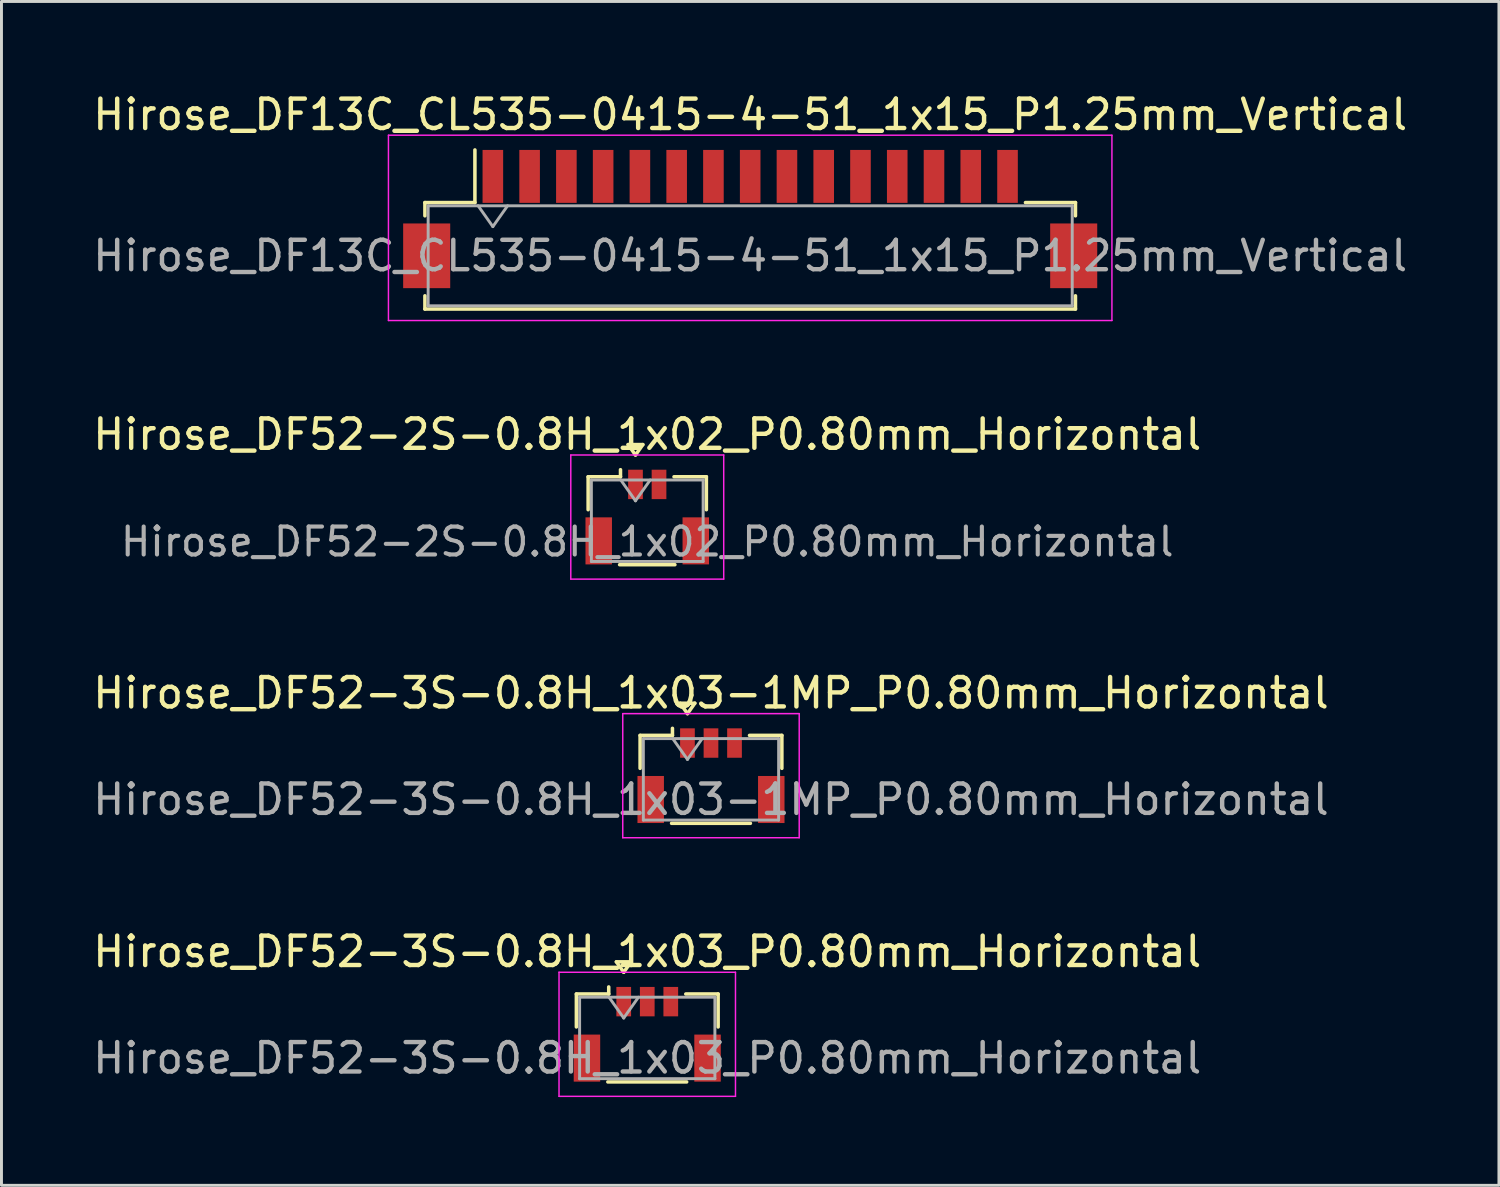
<source format=kicad_pcb>
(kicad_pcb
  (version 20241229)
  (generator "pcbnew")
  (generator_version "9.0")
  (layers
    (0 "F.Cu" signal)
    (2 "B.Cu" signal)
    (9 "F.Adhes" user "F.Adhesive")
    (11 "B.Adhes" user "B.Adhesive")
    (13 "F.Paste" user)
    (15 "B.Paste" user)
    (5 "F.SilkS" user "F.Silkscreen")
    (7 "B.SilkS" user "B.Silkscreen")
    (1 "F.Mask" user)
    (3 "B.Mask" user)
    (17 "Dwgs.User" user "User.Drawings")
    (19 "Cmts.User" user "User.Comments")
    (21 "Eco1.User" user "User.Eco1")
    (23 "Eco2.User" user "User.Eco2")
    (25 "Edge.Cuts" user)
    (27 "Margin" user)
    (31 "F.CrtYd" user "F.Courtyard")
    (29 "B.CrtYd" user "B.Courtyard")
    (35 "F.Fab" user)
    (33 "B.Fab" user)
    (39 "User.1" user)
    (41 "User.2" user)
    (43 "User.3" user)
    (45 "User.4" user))
  (footprint "Hirose_DF52-3S-0.8H_1x03_P0.80mm_Horizontal"
    (layer "F.Cu")
    (at 18.958 32.118)
    (property "Reference" "Hirose_DF52-3S-0.8H_1x03_P0.80mm_Horizontal" (at 0 -2.81 0) (layer "F.SilkS") (effects (font (size 1 1) (thickness 0.15))))
    (attr smd)
    (fp_line (start -2.41 -1.37) (end -1.31 -1.37) (stroke (width 0.12) (type solid)) (layer "F.SilkS"))
    (fp_line (start -2.41 -0.25) (end -2.41 -1.37) (stroke (width 0.12) (type solid)) (layer "F.SilkS"))
    (fp_line (start -1.34 1.62) (end 1.34 1.62) (stroke (width 0.12) (type solid)) (layer "F.SilkS"))
    (fp_line (start -1.31 -1.37) (end -1.31 -1.61) (stroke (width 0.12) (type solid)) (layer "F.SilkS"))
    (fp_line (start -1.05 -2.464) (end -0.8 -2.11) (stroke (width 0.12) (type solid)) (layer "F.SilkS"))
    (fp_line (start -0.8 -2.11) (end -0.55 -2.464) (stroke (width 0.12) (type solid)) (layer "F.SilkS"))
    (fp_line (start -0.55 -2.464) (end -1.05 -2.464) (stroke (width 0.12) (type solid)) (layer "F.SilkS"))
    (fp_line (start 2.41 -1.37) (end 1.31 -1.37) (stroke (width 0.12) (type solid)) (layer "F.SilkS"))
    (fp_line (start 2.41 -0.25) (end 2.41 -1.37) (stroke (width 0.12) (type solid)) (layer "F.SilkS"))
    (fp_line (start -3 -2.11) (end -3 2.11) (stroke (width 0.05) (type solid)) (layer "F.CrtYd"))
    (fp_line (start -3 2.11) (end 3 2.11) (stroke (width 0.05) (type solid)) (layer "F.CrtYd"))
    (fp_line (start 3 -2.11) (end -3 -2.11) (stroke (width 0.05) (type solid)) (layer "F.CrtYd"))
    (fp_line (start 3 2.11) (end 3 -2.11) (stroke (width 0.05) (type solid)) (layer "F.CrtYd"))
    (fp_line (start -2.3 -1.26) (end -2.3 1.51) (stroke (width 0.1) (type solid)) (layer "F.Fab"))
    (fp_line (start -2.3 -1.26) (end 2.3 -1.26) (stroke (width 0.1) (type solid)) (layer "F.Fab"))
    (fp_line (start -2.3 1.51) (end 2.3 1.51) (stroke (width 0.1) (type solid)) (layer "F.Fab"))
    (fp_line (start -1.3 -1.26) (end -0.8 -0.553) (stroke (width 0.1) (type solid)) (layer "F.Fab"))
    (fp_line (start -0.8 -0.553) (end -0.3 -1.26) (stroke (width 0.1) (type solid)) (layer "F.Fab"))
    (fp_line (start 2.3 -1.26) (end 2.3 1.51) (stroke (width 0.1) (type solid)) (layer "F.Fab"))
    (fp_text user "${REFERENCE}" (at 0 0.81 0) (layer "F.Fab") (effects (font (size 1 1) (thickness 0.15))))
    (pad "" smd rect (at -2.05 0.81) (size 0.9 1.6) (layers "F.Cu" "F.Mask" "F.Paste"))
    (pad "" smd rect (at 2.05 0.81) (size 0.9 1.6) (layers "F.Cu" "F.Mask" "F.Paste"))
    (pad "1" smd rect (at -0.8 -1.11) (size 0.5 1) (layers "F.Cu" "F.Mask" "F.Paste"))
    (pad "2" smd rect (at 0 -1.11) (size 0.5 1) (layers "F.Cu" "F.Mask" "F.Paste"))
    (pad "3" smd rect (at 0.8 -1.11) (size 0.5 1) (layers "F.Cu" "F.Mask" "F.Paste")))
  (footprint "Hirose_DF13C_CL535-0415-4-51_1x15_P1.25mm_Vertical"
    (layer "F.Cu")
    (at 22.458 4.398)
    (property "Reference" "Hirose_DF13C_CL535-0415-4-51_1x15_P1.25mm_Vertical" (at 0 -3.55 0) (layer "F.SilkS") (effects (font (size 1 1) (thickness 0.15))))
    (attr smd)
    (fp_line (start -11.06 -0.56) (end -9.36 -0.56) (stroke (width 0.12) (type solid)) (layer "F.SilkS"))
    (fp_line (start -11.06 -0.11) (end -11.06 -0.56) (stroke (width 0.12) (type solid)) (layer "F.SilkS"))
    (fp_line (start -11.06 2.61) (end -11.06 3.06) (stroke (width 0.12) (type solid)) (layer "F.SilkS"))
    (fp_line (start -11.06 3.06) (end 11.06 3.06) (stroke (width 0.12) (type solid)) (layer "F.SilkS"))
    (fp_line (start -9.36 -0.56) (end -9.36 -2.35) (stroke (width 0.12) (type solid)) (layer "F.SilkS"))
    (fp_line (start 11.06 -0.56) (end 9.36 -0.56) (stroke (width 0.12) (type solid)) (layer "F.SilkS"))
    (fp_line (start 11.06 -0.11) (end 11.06 -0.56) (stroke (width 0.12) (type solid)) (layer "F.SilkS"))
    (fp_line (start 11.06 3.06) (end 11.06 2.61) (stroke (width 0.12) (type solid)) (layer "F.SilkS"))
    (fp_line (start -12.3 -2.85) (end -12.3 3.45) (stroke (width 0.05) (type solid)) (layer "F.CrtYd"))
    (fp_line (start -12.3 3.45) (end 12.3 3.45) (stroke (width 0.05) (type solid)) (layer "F.CrtYd"))
    (fp_line (start 12.3 -2.85) (end -12.3 -2.85) (stroke (width 0.05) (type solid)) (layer "F.CrtYd"))
    (fp_line (start 12.3 3.45) (end 12.3 -2.85) (stroke (width 0.05) (type solid)) (layer "F.CrtYd"))
    (fp_line (start -10.95 -0.45) (end -10.95 2.95) (stroke (width 0.1) (type solid)) (layer "F.Fab"))
    (fp_line (start -10.95 -0.45) (end 10.95 -0.45) (stroke (width 0.1) (type solid)) (layer "F.Fab"))
    (fp_line (start -10.95 2.95) (end 10.95 2.95) (stroke (width 0.1) (type solid)) (layer "F.Fab"))
    (fp_line (start -9.25 -0.45) (end -8.75 0.257) (stroke (width 0.1) (type solid)) (layer "F.Fab"))
    (fp_line (start -8.75 0.257) (end -8.25 -0.45) (stroke (width 0.1) (type solid)) (layer "F.Fab"))
    (fp_line (start 10.95 -0.45) (end 10.95 2.95) (stroke (width 0.1) (type solid)) (layer "F.Fab"))
    (fp_text user "${REFERENCE}" (at 0 1.25 0) (layer "F.Fab") (effects (font (size 1 1) (thickness 0.15))))
    (pad "" smd rect (at -11 1.25) (size 1.6 2.2) (layers "F.Cu" "F.Mask" "F.Paste"))
    (pad "" smd rect (at 11 1.25) (size 1.6 2.2) (layers "F.Cu" "F.Mask" "F.Paste"))
    (pad "1" smd rect (at -8.75 -1.45) (size 0.7 1.8) (layers "F.Cu" "F.Mask" "F.Paste"))
    (pad "2" smd rect (at -7.5 -1.45) (size 0.7 1.8) (layers "F.Cu" "F.Mask" "F.Paste"))
    (pad "3" smd rect (at -6.25 -1.45) (size 0.7 1.8) (layers "F.Cu" "F.Mask" "F.Paste"))
    (pad "4" smd rect (at -5 -1.45) (size 0.7 1.8) (layers "F.Cu" "F.Mask" "F.Paste"))
    (pad "5" smd rect (at -3.75 -1.45) (size 0.7 1.8) (layers "F.Cu" "F.Mask" "F.Paste"))
    (pad "6" smd rect (at -2.5 -1.45) (size 0.7 1.8) (layers "F.Cu" "F.Mask" "F.Paste"))
    (pad "7" smd rect (at -1.25 -1.45) (size 0.7 1.8) (layers "F.Cu" "F.Mask" "F.Paste"))
    (pad "8" smd rect (at 0 -1.45) (size 0.7 1.8) (layers "F.Cu" "F.Mask" "F.Paste"))
    (pad "9" smd rect (at 1.25 -1.45) (size 0.7 1.8) (layers "F.Cu" "F.Mask" "F.Paste"))
    (pad "10" smd rect (at 2.5 -1.45) (size 0.7 1.8) (layers "F.Cu" "F.Mask" "F.Paste"))
    (pad "11" smd rect (at 3.75 -1.45) (size 0.7 1.8) (layers "F.Cu" "F.Mask" "F.Paste"))
    (pad "12" smd rect (at 5 -1.45) (size 0.7 1.8) (layers "F.Cu" "F.Mask" "F.Paste"))
    (pad "13" smd rect (at 6.25 -1.45) (size 0.7 1.8) (layers "F.Cu" "F.Mask" "F.Paste"))
    (pad "14" smd rect (at 7.5 -1.45) (size 0.7 1.8) (layers "F.Cu" "F.Mask" "F.Paste"))
    (pad "15" smd rect (at 8.75 -1.45) (size 0.7 1.8) (layers "F.Cu" "F.Mask" "F.Paste")))
  (footprint "Hirose_DF52-3S-0.8H_1x03-1MP_P0.80mm_Horizontal"
    (layer "F.Cu")
    (at 21.125 23.325)
    (property "Reference" "Hirose_DF52-3S-0.8H_1x03-1MP_P0.80mm_Horizontal" (at 0 -2.81 0) (layer "F.SilkS") (effects (font (size 1 1) (thickness 0.15))))
    (attr smd)
    (fp_line (start -2.41 -1.37) (end -1.31 -1.37) (stroke (width 0.12) (type solid)) (layer "F.SilkS"))
    (fp_line (start -2.41 -0.25) (end -2.41 -1.37) (stroke (width 0.12) (type solid)) (layer "F.SilkS"))
    (fp_line (start -1.34 1.62) (end 1.34 1.62) (stroke (width 0.12) (type solid)) (layer "F.SilkS"))
    (fp_line (start -1.31 -1.37) (end -1.31 -1.61) (stroke (width 0.12) (type solid)) (layer "F.SilkS"))
    (fp_line (start -1.05 -2.464) (end -0.8 -2.11) (stroke (width 0.12) (type solid)) (layer "F.SilkS"))
    (fp_line (start -0.8 -2.11) (end -0.55 -2.464) (stroke (width 0.12) (type solid)) (layer "F.SilkS"))
    (fp_line (start -0.55 -2.464) (end -1.05 -2.464) (stroke (width 0.12) (type solid)) (layer "F.SilkS"))
    (fp_line (start 2.41 -1.37) (end 1.31 -1.37) (stroke (width 0.12) (type solid)) (layer "F.SilkS"))
    (fp_line (start 2.41 -0.25) (end 2.41 -1.37) (stroke (width 0.12) (type solid)) (layer "F.SilkS"))
    (fp_line (start -3 -2.11) (end -3 2.11) (stroke (width 0.05) (type solid)) (layer "F.CrtYd"))
    (fp_line (start -3 2.11) (end 3 2.11) (stroke (width 0.05) (type solid)) (layer "F.CrtYd"))
    (fp_line (start 3 -2.11) (end -3 -2.11) (stroke (width 0.05) (type solid)) (layer "F.CrtYd"))
    (fp_line (start 3 2.11) (end 3 -2.11) (stroke (width 0.05) (type solid)) (layer "F.CrtYd"))
    (fp_line (start -2.3 -1.26) (end -2.3 1.51) (stroke (width 0.1) (type solid)) (layer "F.Fab"))
    (fp_line (start -2.3 -1.26) (end 2.3 -1.26) (stroke (width 0.1) (type solid)) (layer "F.Fab"))
    (fp_line (start -2.3 1.51) (end 2.3 1.51) (stroke (width 0.1) (type solid)) (layer "F.Fab"))
    (fp_line (start -1.3 -1.26) (end -0.8 -0.553) (stroke (width 0.1) (type solid)) (layer "F.Fab"))
    (fp_line (start -0.8 -0.553) (end -0.3 -1.26) (stroke (width 0.1) (type solid)) (layer "F.Fab"))
    (fp_line (start 2.3 -1.26) (end 2.3 1.51) (stroke (width 0.1) (type solid)) (layer "F.Fab"))
    (fp_text user "${REFERENCE}" (at 0 0.81 0) (layer "F.Fab") (effects (font (size 1 1) (thickness 0.15))))
    (pad "1" smd rect (at -0.8 -1.11) (size 0.5 1) (layers "F.Cu" "F.Mask" "F.Paste"))
    (pad "2" smd rect (at 0 -1.11) (size 0.5 1) (layers "F.Cu" "F.Mask" "F.Paste"))
    (pad "3" smd rect (at 0.8 -1.11) (size 0.5 1) (layers "F.Cu" "F.Mask" "F.Paste"))
    (pad "MP" smd rect (at -2.05 0.81) (size 0.9 1.6) (layers "F.Cu" "F.Mask" "F.Paste"))
    (pad "MP" smd rect (at 2.05 0.81) (size 0.9 1.6) (layers "F.Cu" "F.Mask" "F.Paste")))
  (footprint "Hirose_DF52-2S-0.8H_1x02_P0.80mm_Horizontal"
    (layer "F.Cu")
    (at 18.958 14.531)
    (property "Reference" "Hirose_DF52-2S-0.8H_1x02_P0.80mm_Horizontal" (at 0 -2.81 0) (layer "F.SilkS") (effects (font (size 1 1) (thickness 0.15))))
    (attr smd)
    (fp_line (start -2.01 -1.37) (end -0.91 -1.37) (stroke (width 0.12) (type solid)) (layer "F.SilkS"))
    (fp_line (start -2.01 -0.25) (end -2.01 -1.37) (stroke (width 0.12) (type solid)) (layer "F.SilkS"))
    (fp_line (start -0.94 1.62) (end 0.94 1.62) (stroke (width 0.12) (type solid)) (layer "F.SilkS"))
    (fp_line (start -0.91 -1.37) (end -0.91 -1.61) (stroke (width 0.12) (type solid)) (layer "F.SilkS"))
    (fp_line (start -0.65 -2.464) (end -0.4 -2.11) (stroke (width 0.12) (type solid)) (layer "F.SilkS"))
    (fp_line (start -0.4 -2.11) (end -0.15 -2.464) (stroke (width 0.12) (type solid)) (layer "F.SilkS"))
    (fp_line (start -0.15 -2.464) (end -0.65 -2.464) (stroke (width 0.12) (type solid)) (layer "F.SilkS"))
    (fp_line (start 2.01 -1.37) (end 0.91 -1.37) (stroke (width 0.12) (type solid)) (layer "F.SilkS"))
    (fp_line (start 2.01 -0.25) (end 2.01 -1.37) (stroke (width 0.12) (type solid)) (layer "F.SilkS"))
    (fp_line (start -2.6 -2.11) (end -2.6 2.11) (stroke (width 0.05) (type solid)) (layer "F.CrtYd"))
    (fp_line (start -2.6 2.11) (end 2.6 2.11) (stroke (width 0.05) (type solid)) (layer "F.CrtYd"))
    (fp_line (start 2.6 -2.11) (end -2.6 -2.11) (stroke (width 0.05) (type solid)) (layer "F.CrtYd"))
    (fp_line (start 2.6 2.11) (end 2.6 -2.11) (stroke (width 0.05) (type solid)) (layer "F.CrtYd"))
    (fp_line (start -1.9 -1.26) (end -1.9 1.51) (stroke (width 0.1) (type solid)) (layer "F.Fab"))
    (fp_line (start -1.9 -1.26) (end 1.9 -1.26) (stroke (width 0.1) (type solid)) (layer "F.Fab"))
    (fp_line (start -1.9 1.51) (end 1.9 1.51) (stroke (width 0.1) (type solid)) (layer "F.Fab"))
    (fp_line (start -0.9 -1.26) (end -0.4 -0.553) (stroke (width 0.1) (type solid)) (layer "F.Fab"))
    (fp_line (start -0.4 -0.553) (end 0.1 -1.26) (stroke (width 0.1) (type solid)) (layer "F.Fab"))
    (fp_line (start 1.9 -1.26) (end 1.9 1.51) (stroke (width 0.1) (type solid)) (layer "F.Fab"))
    (fp_text user "${REFERENCE}" (at 0 0.84 0) (layer "F.Fab") (effects (font (size 0.95 0.95) (thickness 0.14))))
    (pad "" smd rect (at -1.65 0.81) (size 0.9 1.6) (layers "F.Cu" "F.Mask" "F.Paste"))
    (pad "" smd rect (at 1.65 0.81) (size 0.9 1.6) (layers "F.Cu" "F.Mask" "F.Paste"))
    (pad "1" smd rect (at -0.4 -1.11) (size 0.5 1) (layers "F.Cu" "F.Mask" "F.Paste"))
    (pad "2" smd rect (at 0.4 -1.11) (size 0.5 1) (layers "F.Cu" "F.Mask" "F.Paste")))
  (gr_rect
    (start -3 -3)
    (end 47.917 37.253)
    (stroke (width 0.1) (type default))
    (fill no)
    (layer "Edge.Cuts")))
</source>
